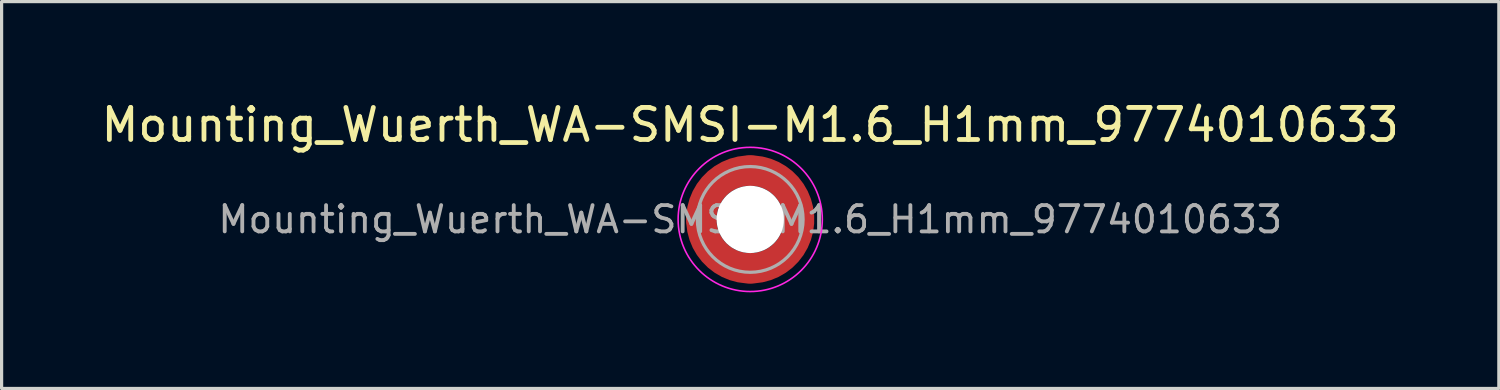
<source format=kicad_pcb>
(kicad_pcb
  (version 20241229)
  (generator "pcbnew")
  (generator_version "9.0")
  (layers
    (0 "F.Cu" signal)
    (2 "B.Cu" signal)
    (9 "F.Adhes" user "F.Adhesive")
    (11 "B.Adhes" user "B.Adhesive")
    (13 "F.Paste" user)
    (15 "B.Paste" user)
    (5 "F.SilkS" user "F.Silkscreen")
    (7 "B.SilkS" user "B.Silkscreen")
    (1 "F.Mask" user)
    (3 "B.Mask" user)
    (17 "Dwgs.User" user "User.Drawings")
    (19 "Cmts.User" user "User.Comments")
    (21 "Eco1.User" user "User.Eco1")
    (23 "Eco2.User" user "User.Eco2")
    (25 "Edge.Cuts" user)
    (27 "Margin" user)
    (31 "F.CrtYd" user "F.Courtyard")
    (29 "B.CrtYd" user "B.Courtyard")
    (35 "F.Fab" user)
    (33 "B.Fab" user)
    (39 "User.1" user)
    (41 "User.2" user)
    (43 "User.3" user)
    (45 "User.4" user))
  (footprint "Mounting_Wuerth_WA-SMSI-M1.6_H1mm_9774010633"
    (layer "F.Cu")
    (at 20.363 3.798)
    (property "Reference" "Mounting_Wuerth_WA-SMSI-M1.6_H1mm_9774010633" (at 0 -2.95 0) (layer "F.SilkS") (effects (font (size 1 1) (thickness 0.15))))
    (attr smd)
    (fp_circle (center 0 0) (end 2.25 0) (stroke (width 0.05) (type solid)) (fill no) (layer "F.CrtYd"))
    (fp_circle (center 0 0) (end 1.65 0) (stroke (width 0.1) (type solid)) (fill no) (layer "F.Fab"))
    (fp_text user "${REFERENCE}" (at 0 0 0) (layer "F.Fab") (effects (font (size 0.82 0.82) (thickness 0.12))))
    (pad "" smd custom (at -1.061 -1.061) (size 0.8 0.8) (layers "F.Paste") (options (anchor circle)) (primitives (gr_arc (start -0.101235 0.76066) (mid 0.212132 0.212132) (end 0.76066 -0.101235) (width 0.2)) (gr_arc (start -0.204251 0.76066) (mid 0.141421 0.141421) (end 0.76066 -0.204251) (width 0.2)) (gr_arc (start -0.306819 0.76066) (mid 0.070711 0.070711) (end 0.76066 -0.306819) (width 0.2)) (gr_arc (start -0.409034 0.76066) (mid 0 0) (end 0.76066 -0.409034) (width 0.2)) (gr_arc (start -0.510963 0.76066) (mid -0.070711 -0.070711) (end 0.76066 -0.510963) (width 0.2)) (gr_arc (start -0.61266 0.76066) (mid -0.141421 -0.141421) (end 0.76066 -0.61266) (width 0.2)) (gr_arc (start -0.714164 0.76066) (mid -0.212132 -0.212132) (end 0.76066 -0.714164) (width 0.2)) (gr_line (start 0.761 -0.101) (end 0.761 -0.714) (width 0.2)) (gr_line (start -0.101 0.761) (end -0.714 0.761) (width 0.2))))
    (pad "" smd custom (at -1.061 1.061) (size 0.8 0.8) (layers "F.Paste") (options (anchor circle)) (primitives (gr_arc (start 0.76066 0.101235) (mid 0.212132 -0.212132) (end -0.101235 -0.76066) (width 0.2)) (gr_arc (start 0.76066 0.204251) (mid 0.141421 -0.141421) (end -0.204251 -0.76066) (width 0.2)) (gr_arc (start 0.76066 0.306819) (mid 0.070711 -0.070711) (end -0.306819 -0.76066) (width 0.2)) (gr_arc (start 0.76066 0.409034) (mid 0 0) (end -0.409034 -0.76066) (width 0.2)) (gr_arc (start 0.76066 0.510963) (mid -0.070711 0.070711) (end -0.510963 -0.76066) (width 0.2)) (gr_arc (start 0.76066 0.61266) (mid -0.141421 0.141421) (end -0.61266 -0.76066) (width 0.2)) (gr_arc (start 0.76066 0.714164) (mid -0.212132 0.212132) (end -0.714164 -0.76066) (width 0.2)) (gr_line (start -0.101 -0.761) (end -0.714 -0.761) (width 0.2)) (gr_line (start 0.761 0.101) (end 0.761 0.714) (width 0.2))))
    (pad "" np_thru_hole circle (at 0 0) (size 2.1 2.1) (drill 2.1) (layers "*.Cu" "*.Mask"))
    (pad "" smd custom (at 1.061 -1.061) (size 0.8 0.8) (layers "F.Paste") (options (anchor circle)) (primitives (gr_arc (start -0.76066 -0.101235) (mid -0.212132 0.212132) (end 0.101235 0.76066) (width 0.2)) (gr_arc (start -0.76066 -0.204251) (mid -0.141421 0.141421) (end 0.204251 0.76066) (width 0.2)) (gr_arc (start -0.76066 -0.306819) (mid -0.070711 0.070711) (end 0.306819 0.76066) (width 0.2)) (gr_arc (start -0.76066 -0.409034) (mid 0 0) (end 0.409034 0.76066) (width 0.2)) (gr_arc (start -0.76066 -0.510963) (mid 0.070711 -0.070711) (end 0.510963 0.76066) (width 0.2)) (gr_arc (start -0.76066 -0.61266) (mid 0.141421 -0.141421) (end 0.61266 0.76066) (width 0.2)) (gr_arc (start -0.76066 -0.714164) (mid 0.212132 -0.212132) (end 0.714164 0.76066) (width 0.2)) (gr_line (start 0.101 0.761) (end 0.714 0.761) (width 0.2)) (gr_line (start -0.761 -0.101) (end -0.761 -0.714) (width 0.2))))
    (pad "" smd custom (at 1.061 1.061) (size 0.8 0.8) (layers "F.Paste") (options (anchor circle)) (primitives (gr_arc (start 0.101235 -0.76066) (mid -0.212132 -0.212132) (end -0.76066 0.101235) (width 0.2)) (gr_arc (start 0.204251 -0.76066) (mid -0.141421 -0.141421) (end -0.76066 0.204251) (width 0.2)) (gr_arc (start 0.306819 -0.76066) (mid -0.070711 -0.070711) (end -0.76066 0.306819) (width 0.2)) (gr_arc (start 0.409034 -0.76066) (mid 0 0) (end -0.76066 0.409034) (width 0.2)) (gr_arc (start 0.510963 -0.76066) (mid 0.070711 0.070711) (end -0.76066 0.510963) (width 0.2)) (gr_arc (start 0.61266 -0.76066) (mid 0.141421 0.141421) (end -0.76066 0.61266) (width 0.2)) (gr_arc (start 0.714164 -0.76066) (mid 0.212132 0.212132) (end -0.76066 0.714164) (width 0.2)) (gr_line (start -0.761 0.101) (end -0.761 0.714) (width 0.2)) (gr_line (start 0.101 -0.761) (end 0.714 -0.761) (width 0.2))))
    (pad "1" smd circle (at -1.525 0) (size 0.95 0.95) (layers "F.Cu"))
    (pad "1" smd circle (at 0 -1.525) (size 0.95 0.95) (layers "F.Cu"))
    (pad "1" smd circle (at 0 1.525) (size 0.95 0.95) (layers "F.Cu"))
    (pad "1" smd custom (at 1.525 0) (size 0.95 0.95) (layers "F.Cu" "F.Mask") (options (anchor circle)) (primitives (gr_circle (center -1.525 0) (end 0 0) (width 0.95) (fill no)))))
  (gr_rect
    (start -3 -3)
    (end 43.726 9.073)
    (stroke (width 0.1) (type default))
    (fill no)
    (layer "Edge.Cuts")))
</source>
